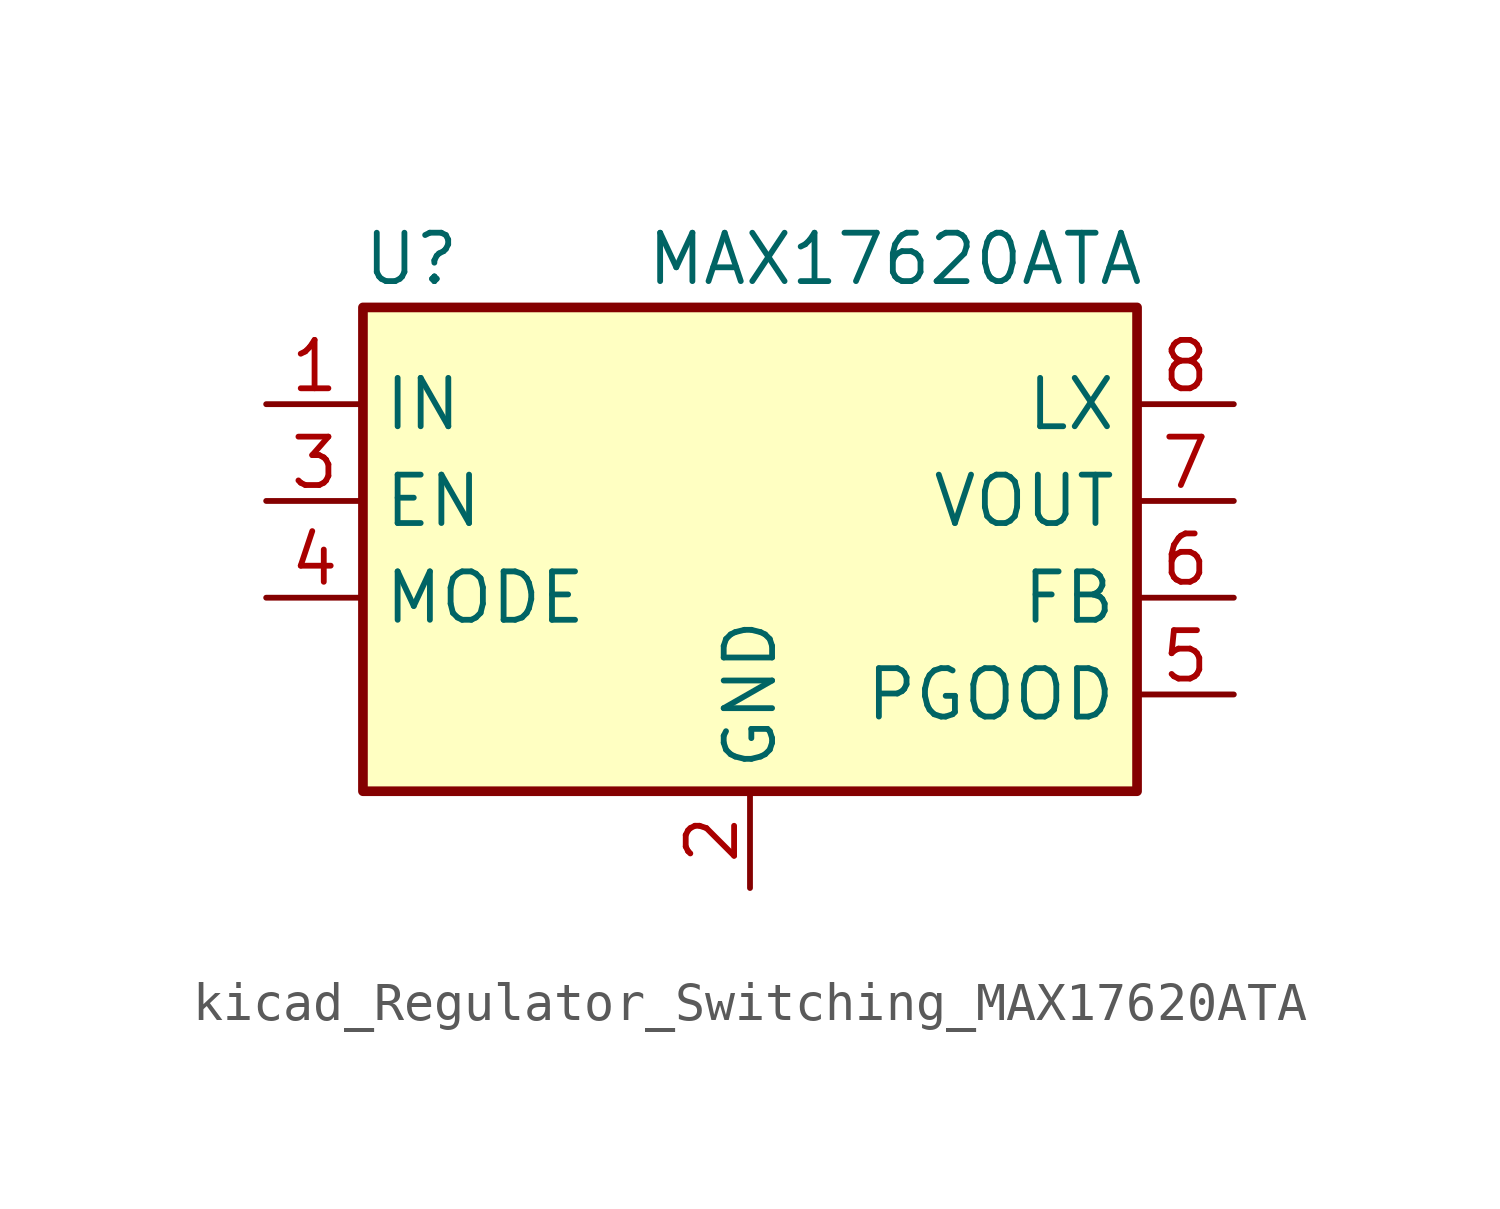
<source format=kicad_sym>
(kicad_symbol_lib
  (version 20220914)
  (generator kicad_symbol_editor)
  (symbol "kicad_Regulator_Switching_MAX17620ATA"
    (property "Reference" "U"
      (at -8.89 6.35 0)
      (effects (font (size 1.27 1.27))))
    (property "Value" "MAX17620ATA"
      (at 3.81 6.35 0)
      (effects (font (size 1.27 1.27))))
    (symbol "kicad_Regulator_Switching_MAX17620ATA_0_1"
      (rectangle (start -10.16 5.08) (end 10.16 -7.62) (stroke (width 0.254) (type default)) (fill (type background))))
    (symbol "kicad_Regulator_Switching_MAX17620ATA_1_1"
      (pin power_in line (at -12.7 2.54 0) (length 2.54) (name "IN" (effects (font (size 1.27 1.27)))) (number "1" (effects (font (size 1.27 1.27)))))
      (pin power_in line (at 0 -10.16 90) (length 2.54) (name "GND" (effects (font (size 1.27 1.27)))) (number "2" (effects (font (size 1.27 1.27)))))
      (pin input line (at -12.7 0 0) (length 2.54) (name "EN" (effects (font (size 1.27 1.27)))) (number "3" (effects (font (size 1.27 1.27)))))
      (pin input line (at -12.7 -2.54 0) (length 2.54) (name "MODE" (effects (font (size 1.27 1.27)))) (number "4" (effects (font (size 1.27 1.27)))))
      (pin open_collector line (at 12.7 -5.08 180) (length 2.54) (name "PGOOD" (effects (font (size 1.27 1.27)))) (number "5" (effects (font (size 1.27 1.27)))))
      (pin input line (at 12.7 -2.54 180) (length 2.54) (name "FB" (effects (font (size 1.27 1.27)))) (number "6" (effects (font (size 1.27 1.27)))))
      (pin input line (at 12.7 0 180) (length 2.54) (name "VOUT" (effects (font (size 1.27 1.27)))) (number "7" (effects (font (size 1.27 1.27)))))
      (pin power_out line (at 12.7 2.54 180) (length 2.54) (name "LX" (effects (font (size 1.27 1.27)))) (number "8" (effects (font (size 1.27 1.27)))))
      (pin passive line (at 0 -10.16 90) (length 2.54) hide (name "GND" (effects (font (size 1.27 1.27)))) (number "9" (effects (font (size 1.27 1.27))))))))
</source>
